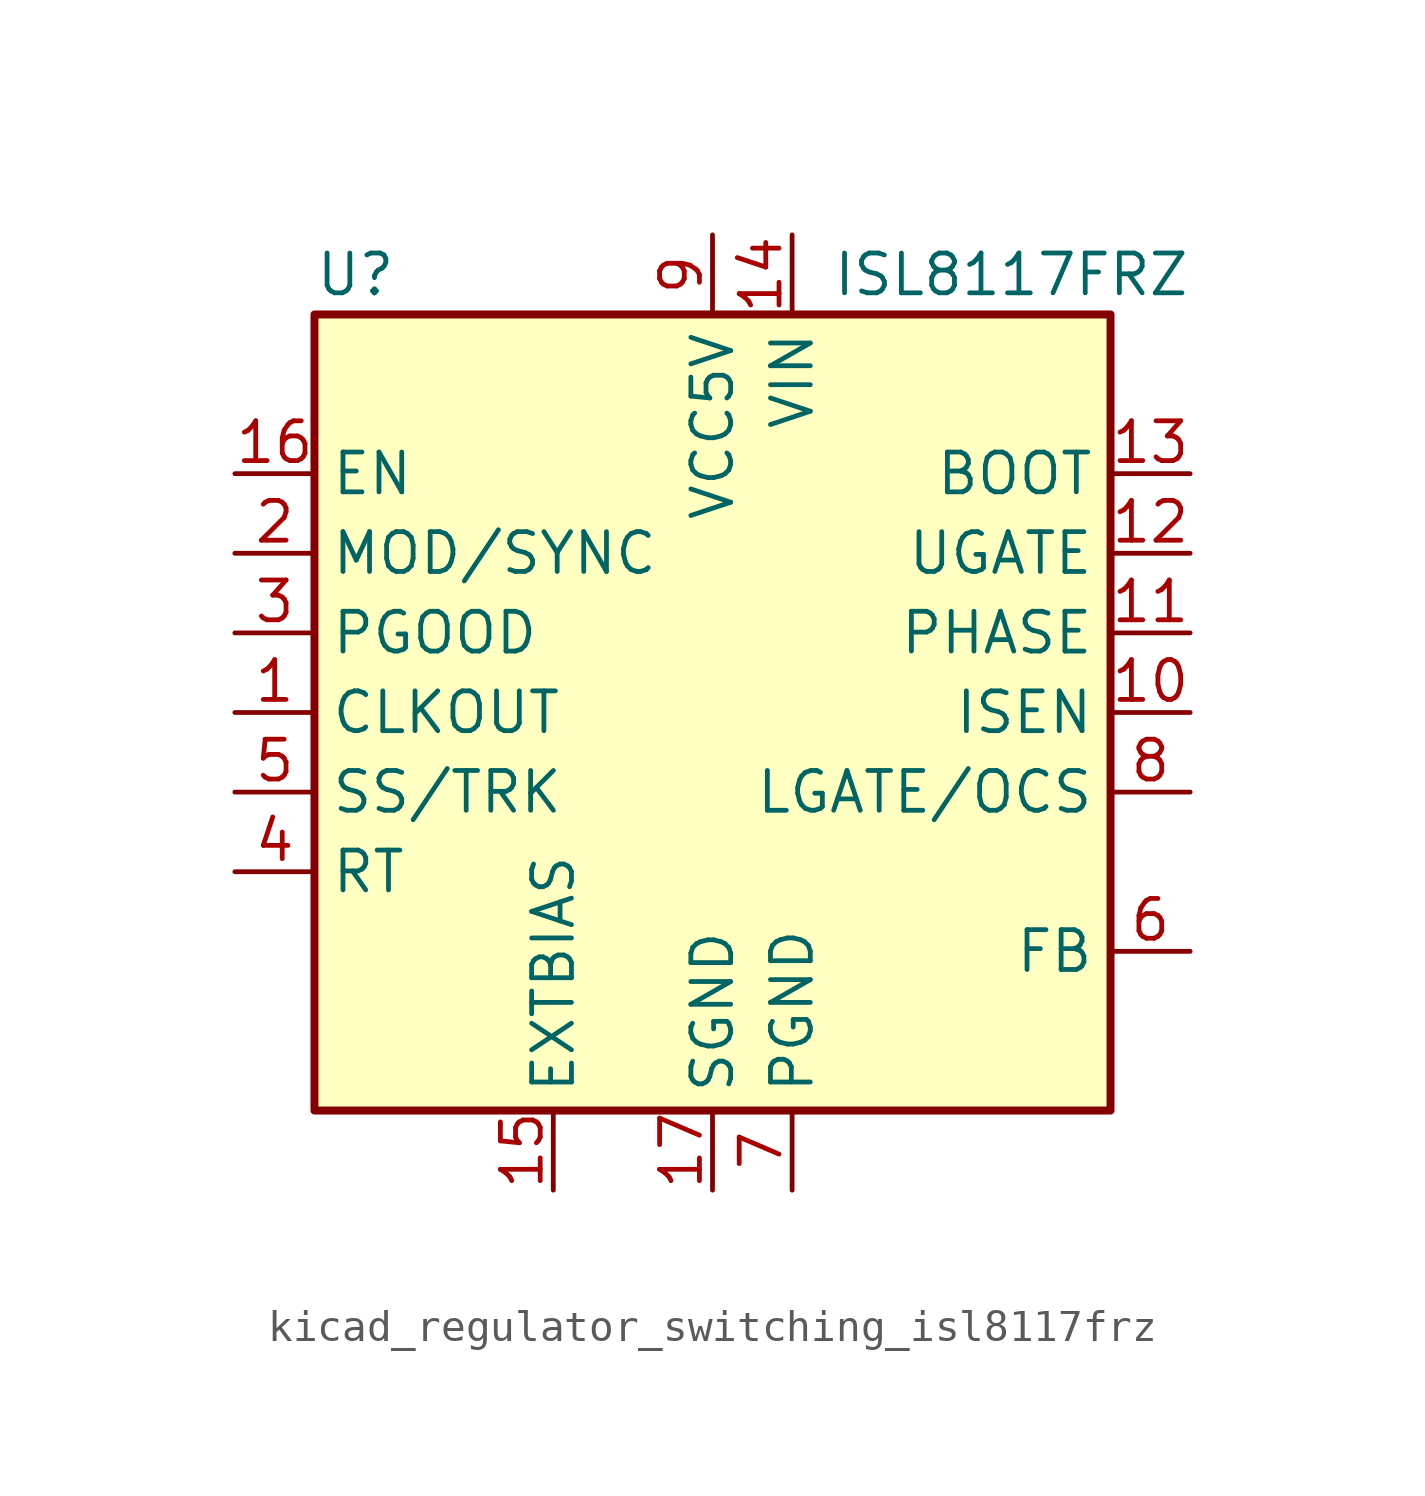
<source format=kicad_sym>
(kicad_symbol_lib
  (version 20220914)
  (generator kicad_symbol_editor)
  (symbol "kicad_regulator_switching_isl8117frz"
    (property "Reference" "U"
      (at -12.7 13.97 0)
      (effects (font (size 1.27 1.27)) (justify left)))
    (property "Value" "ISL8117FRZ"
      (at 3.81 13.97 0)
      (effects (font (size 1.27 1.27)) (justify left)))
    (symbol "kicad_regulator_switching_isl8117frz_0_1"
      (rectangle (start -12.7 12.7) (end 12.7 -12.7) (stroke (width 0.254) (type default)) (fill (type background))))
    (symbol "kicad_regulator_switching_isl8117frz_1_1"
      (pin input line (at -15.24 0 0) (length 2.54) (name "CLKOUT" (effects (font (size 1.27 1.27)))) (number "1" (effects (font (size 1.27 1.27)))))
      (pin input line (at 15.24 0 180) (length 2.54) (name "ISEN" (effects (font (size 1.27 1.27)))) (number "10" (effects (font (size 1.27 1.27)))))
      (pin input line (at 15.24 2.54 180) (length 2.54) (name "PHASE" (effects (font (size 1.27 1.27)))) (number "11" (effects (font (size 1.27 1.27)))))
      (pin output line (at 15.24 5.08 180) (length 2.54) (name "UGATE" (effects (font (size 1.27 1.27)))) (number "12" (effects (font (size 1.27 1.27)))))
      (pin input line (at 15.24 7.62 180) (length 2.54) (name "BOOT" (effects (font (size 1.27 1.27)))) (number "13" (effects (font (size 1.27 1.27)))))
      (pin power_in line (at 2.54 15.24 270) (length 2.54) (name "VIN" (effects (font (size 1.27 1.27)))) (number "14" (effects (font (size 1.27 1.27)))))
      (pin input line (at -5.08 -15.24 90) (length 2.54) (name "EXTBIAS" (effects (font (size 1.27 1.27)))) (number "15" (effects (font (size 1.27 1.27)))))
      (pin input line (at -15.24 7.62 0) (length 2.54) (name "EN" (effects (font (size 1.27 1.27)))) (number "16" (effects (font (size 1.27 1.27)))))
      (pin power_in line (at 0 -15.24 90) (length 2.54) (name "SGND" (effects (font (size 1.27 1.27)))) (number "17" (effects (font (size 1.27 1.27)))))
      (pin input line (at -15.24 5.08 0) (length 2.54) (name "MOD/SYNC" (effects (font (size 1.27 1.27)))) (number "2" (effects (font (size 1.27 1.27)))))
      (pin input line (at -15.24 2.54 0) (length 2.54) (name "PGOOD" (effects (font (size 1.27 1.27)))) (number "3" (effects (font (size 1.27 1.27)))))
      (pin input line (at -15.24 -5.08 0) (length 2.54) (name "RT" (effects (font (size 1.27 1.27)))) (number "4" (effects (font (size 1.27 1.27)))))
      (pin input line (at -15.24 -2.54 0) (length 2.54) (name "SS/TRK" (effects (font (size 1.27 1.27)))) (number "5" (effects (font (size 1.27 1.27)))))
      (pin input line (at 15.24 -7.62 180) (length 2.54) (name "FB" (effects (font (size 1.27 1.27)))) (number "6" (effects (font (size 1.27 1.27)))))
      (pin power_in line (at 2.54 -15.24 90) (length 2.54) (name "PGND" (effects (font (size 1.27 1.27)))) (number "7" (effects (font (size 1.27 1.27)))))
      (pin input line (at 15.24 -2.54 180) (length 2.54) (name "LGATE/OCS" (effects (font (size 1.27 1.27)))) (number "8" (effects (font (size 1.27 1.27)))))
      (pin power_in line (at 0 15.24 270) (length 2.54) (name "VCC5V" (effects (font (size 1.27 1.27)))) (number "9" (effects (font (size 1.27 1.27))))))))
</source>
